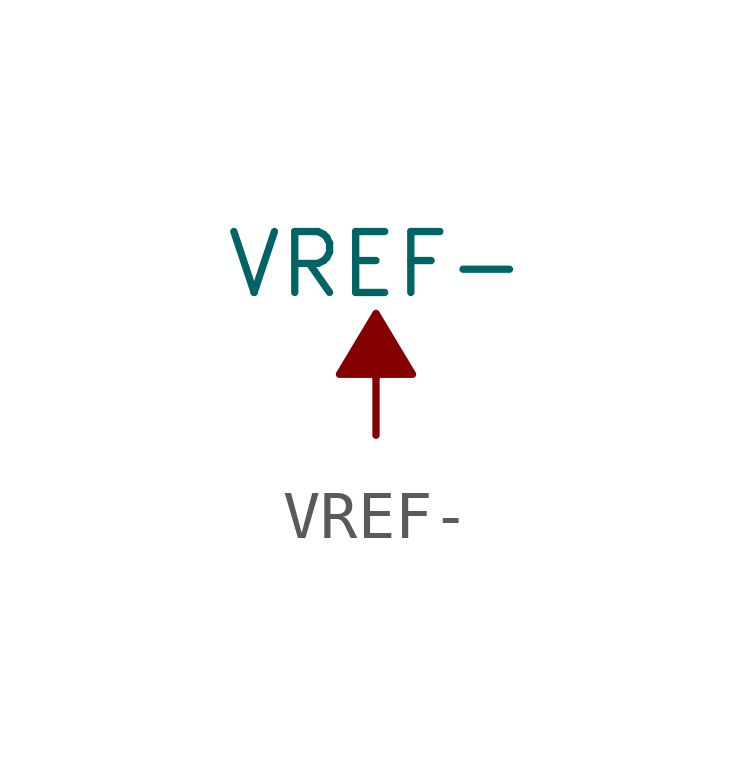
<source format=kicad_sym>
(kicad_symbol_lib
  (version 20211014)
  (generator kicad_symbol_editor)
  (symbol "VREF-"
    (power)
    (pin_names
      (offset 0))
    (property "Reference" "#PWR"
      (at 0 -3.81 0)
      (effects (font (size 1.27 1.27)) hide))
    (property "Value" "VREF-"
      (at 0 3.556 0)
      (effects (font (size 1.27 1.27))))
    (symbol "VREF-_0_0"
      (pin power_in line (at 0 0 90) (length 0) hide (name "VREF-" (effects (font (size 1.27 1.27)))) (number "1" (effects (font (size 1.27 1.27))))))
    (symbol "VREF-_0_1"
      (polyline (pts (xy 0 0) (xy 0 1.27) (xy 0.762 1.27) (xy 0 2.54) (xy -0.762 1.27) (xy 0 1.27)) (stroke (width 0) (type default) (color 0 0 0 0)) (fill (type outline))))))
</source>
